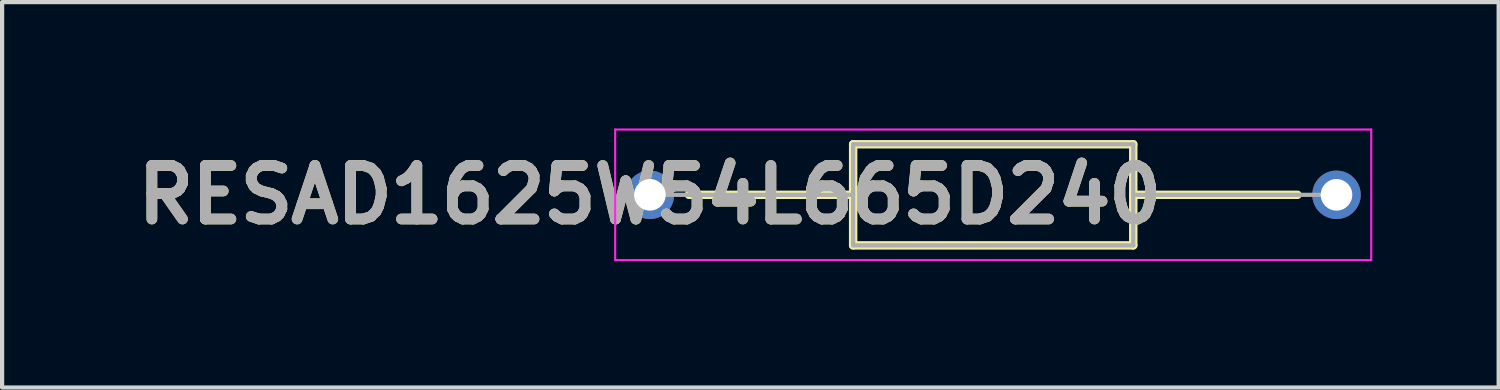
<source format=kicad_pcb>
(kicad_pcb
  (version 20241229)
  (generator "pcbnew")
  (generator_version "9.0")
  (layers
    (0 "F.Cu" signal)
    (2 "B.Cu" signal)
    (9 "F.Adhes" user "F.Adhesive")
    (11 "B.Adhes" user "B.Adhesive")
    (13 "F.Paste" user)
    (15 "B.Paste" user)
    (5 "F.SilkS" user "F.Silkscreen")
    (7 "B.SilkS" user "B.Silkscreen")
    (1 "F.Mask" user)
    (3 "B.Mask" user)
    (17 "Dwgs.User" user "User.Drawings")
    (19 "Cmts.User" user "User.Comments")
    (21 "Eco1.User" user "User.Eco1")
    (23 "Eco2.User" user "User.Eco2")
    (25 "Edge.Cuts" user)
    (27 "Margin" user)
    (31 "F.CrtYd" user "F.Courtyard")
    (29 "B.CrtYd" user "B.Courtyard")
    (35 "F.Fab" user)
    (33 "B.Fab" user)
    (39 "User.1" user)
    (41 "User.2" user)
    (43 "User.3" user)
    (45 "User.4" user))
  (footprint "RESAD1625W54L665D240"
    (layer "F.Cu")
    (at 12.379 1.575)
    (property "Reference" "RESAD1625W54L665D240" (at 0 0 0) (layer "F.SilkS") (effects (font (size 1.27 1.27) (thickness 0.254))))
    (attr through_hole)
    (fp_line (start 0.925 0) (end 4.825 0) (stroke (width 0.2) (type solid)) (layer "F.SilkS"))
    (fp_line (start 4.825 -1.2) (end 11.475 -1.2) (stroke (width 0.2) (type solid)) (layer "F.SilkS"))
    (fp_line (start 4.825 1.2) (end 4.825 -1.2) (stroke (width 0.2) (type solid)) (layer "F.SilkS"))
    (fp_line (start 11.475 -1.2) (end 11.475 1.2) (stroke (width 0.2) (type solid)) (layer "F.SilkS"))
    (fp_line (start 11.475 0) (end 15.375 0) (stroke (width 0.2) (type solid)) (layer "F.SilkS"))
    (fp_line (start 11.475 1.2) (end 4.825 1.2) (stroke (width 0.2) (type solid)) (layer "F.SilkS"))
    (fp_line (start -0.825 -1.55) (end 17.125 -1.55) (stroke (width 0.05) (type solid)) (layer "F.CrtYd"))
    (fp_line (start -0.825 1.55) (end -0.825 -1.55) (stroke (width 0.05) (type solid)) (layer "F.CrtYd"))
    (fp_line (start 17.125 -1.55) (end 17.125 1.55) (stroke (width 0.05) (type solid)) (layer "F.CrtYd"))
    (fp_line (start 17.125 1.55) (end -0.825 1.55) (stroke (width 0.05) (type solid)) (layer "F.CrtYd"))
    (fp_line (start 0 0) (end 4.825 0) (stroke (width 0.1) (type solid)) (layer "F.Fab"))
    (fp_line (start 4.825 -1.2) (end 11.475 -1.2) (stroke (width 0.1) (type solid)) (layer "F.Fab"))
    (fp_line (start 4.825 1.2) (end 4.825 -1.2) (stroke (width 0.1) (type solid)) (layer "F.Fab"))
    (fp_line (start 11.475 -1.2) (end 11.475 1.2) (stroke (width 0.1) (type solid)) (layer "F.Fab"))
    (fp_line (start 11.475 0) (end 16.3 0) (stroke (width 0.1) (type solid)) (layer "F.Fab"))
    (fp_line (start 11.475 1.2) (end 4.825 1.2) (stroke (width 0.1) (type solid)) (layer "F.Fab"))
    (fp_text user "${REFERENCE}" (at 0 0 0) (layer "F.Fab") (effects (font (size 1.27 1.27) (thickness 0.254))))
    (pad "1" thru_hole circle (at 0 0) (size 1.15 1.15) (drill 0.75) (layers "*.Cu" "*.Mask"))
    (pad "2" thru_hole circle (at 16.3 0) (size 1.15 1.15) (drill 0.75) (layers "*.Cu" "*.Mask")))
  (gr_rect
    (start -3 -3)
    (end 32.529 6.15)
    (stroke (width 0.1) (type default))
    (fill no)
    (layer "Edge.Cuts")))
</source>
